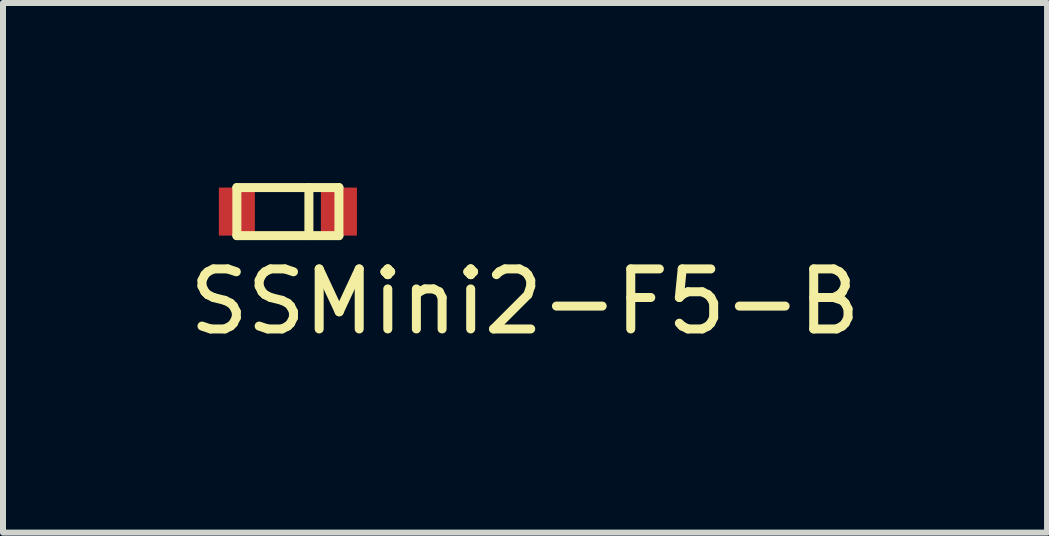
<source format=kicad_pcb>
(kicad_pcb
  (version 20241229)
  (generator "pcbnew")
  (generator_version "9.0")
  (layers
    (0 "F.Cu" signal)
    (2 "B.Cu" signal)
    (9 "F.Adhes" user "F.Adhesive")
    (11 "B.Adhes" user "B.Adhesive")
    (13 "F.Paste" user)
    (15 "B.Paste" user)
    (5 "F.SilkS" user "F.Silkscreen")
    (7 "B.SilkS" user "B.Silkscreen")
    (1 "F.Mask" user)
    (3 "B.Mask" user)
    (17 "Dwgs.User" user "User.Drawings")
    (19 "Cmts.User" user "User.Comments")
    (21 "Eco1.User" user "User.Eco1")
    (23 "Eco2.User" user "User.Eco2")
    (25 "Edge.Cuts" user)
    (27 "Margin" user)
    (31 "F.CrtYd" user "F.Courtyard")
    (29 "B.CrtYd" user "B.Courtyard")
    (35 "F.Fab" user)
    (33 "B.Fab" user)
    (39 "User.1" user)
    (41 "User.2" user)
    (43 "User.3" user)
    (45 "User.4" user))
  (footprint "SSMini2-F5-B"
    (layer "F.Cu")
    (at 0.896 0.475)
    (property "Reference" "SSMini2-F5-B" (at 4.8 1.5 0) (layer "F.SilkS") (effects (font (size 1 1) (thickness 0.15))))
    (attr through_hole)
    (fp_line (start 0 -0.4) (end 1.7 -0.4) (stroke (width 0.15) (type solid)) (layer "F.SilkS"))
    (fp_line (start 0 0.4) (end 0 -0.4) (stroke (width 0.15) (type solid)) (layer "F.SilkS"))
    (fp_line (start 1.2 -0.4) (end 1.2 0.4) (stroke (width 0.15) (type solid)) (layer "F.SilkS"))
    (fp_line (start 1.7 -0.4) (end 1.7 0.4) (stroke (width 0.15) (type solid)) (layer "F.SilkS"))
    (fp_line (start 1.7 0.4) (end 0 0.4) (stroke (width 0.15) (type solid)) (layer "F.SilkS"))
    (pad "1" smd rect (at 0 0) (size 0.6 0.8) (layers "F.Cu" "F.Mask" "F.Paste"))
    (pad "2" smd rect (at 1.7 0) (size 0.6 0.8) (layers "F.Cu" "F.Mask" "F.Paste")))
  (gr_rect
    (start -3 -3)
    (end 14.393 5.823)
    (stroke (width 0.1) (type default))
    (fill no)
    (layer "Edge.Cuts")))
</source>
